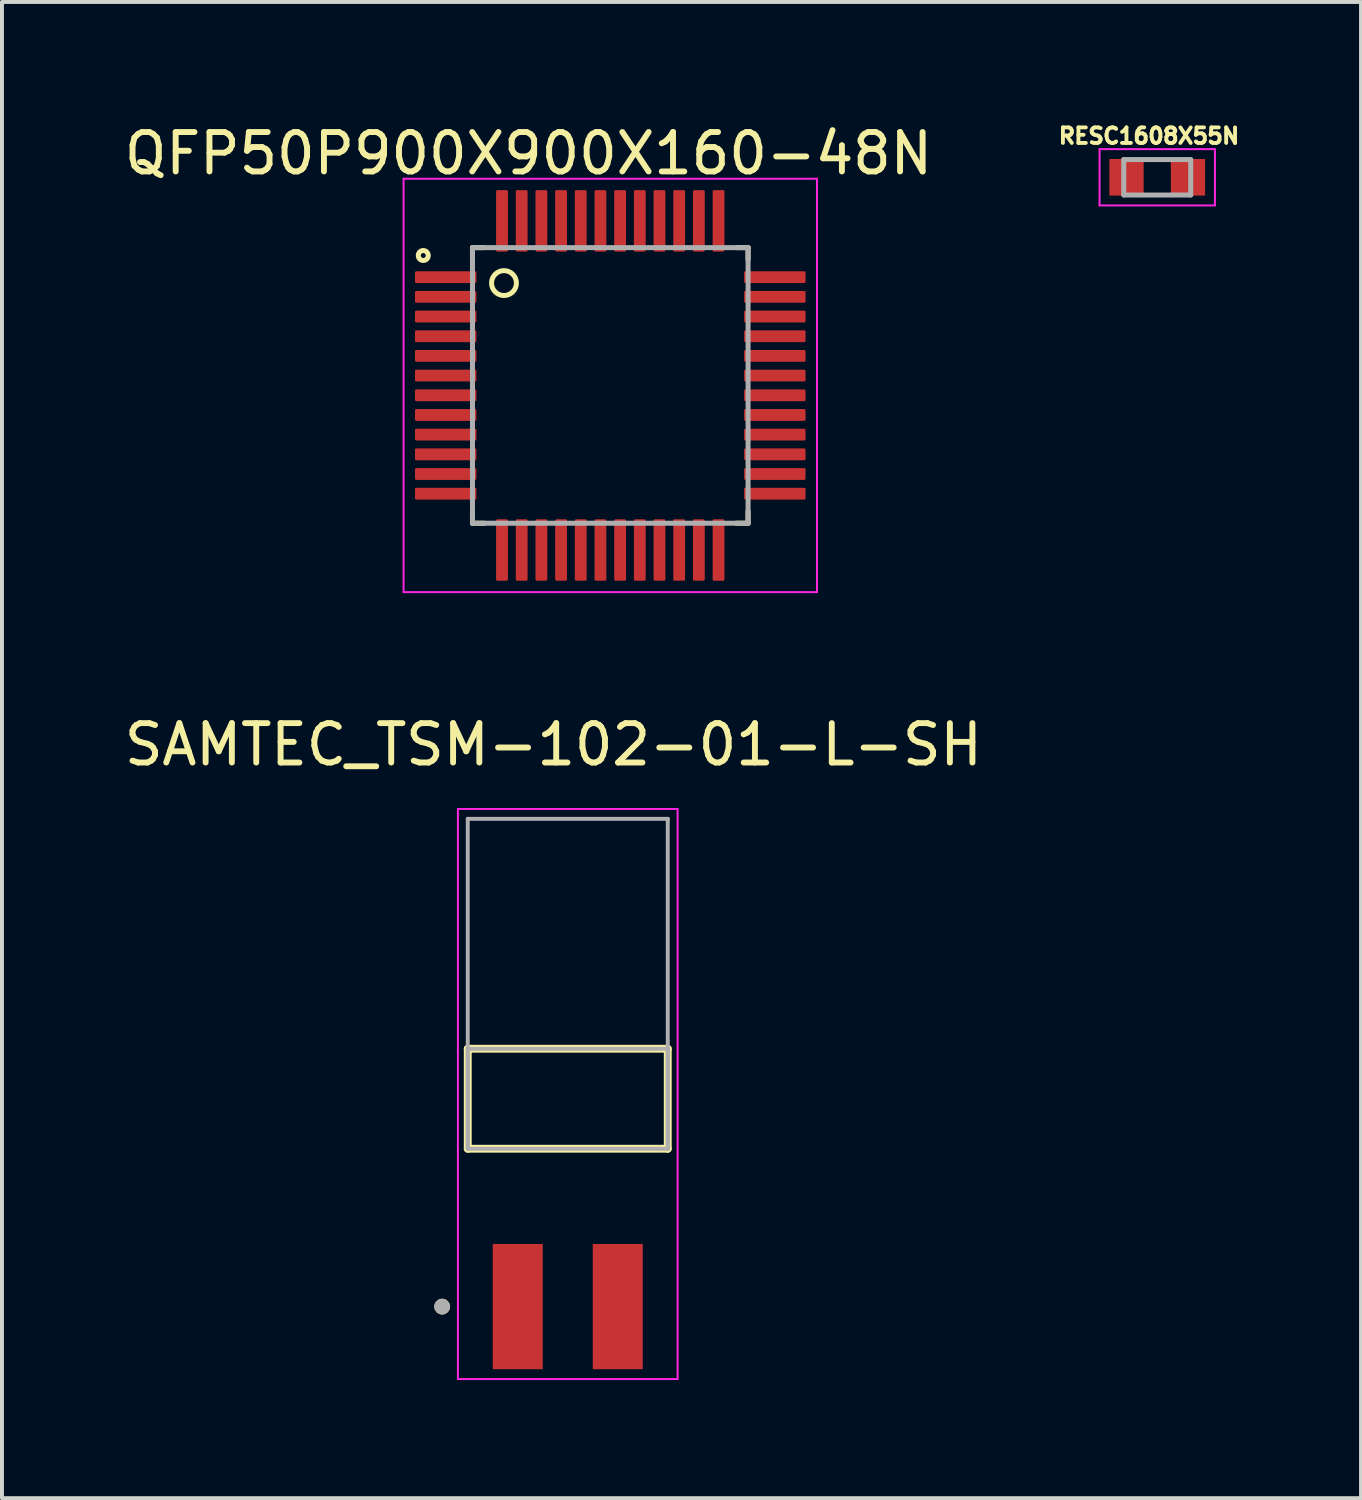
<source format=kicad_pcb>
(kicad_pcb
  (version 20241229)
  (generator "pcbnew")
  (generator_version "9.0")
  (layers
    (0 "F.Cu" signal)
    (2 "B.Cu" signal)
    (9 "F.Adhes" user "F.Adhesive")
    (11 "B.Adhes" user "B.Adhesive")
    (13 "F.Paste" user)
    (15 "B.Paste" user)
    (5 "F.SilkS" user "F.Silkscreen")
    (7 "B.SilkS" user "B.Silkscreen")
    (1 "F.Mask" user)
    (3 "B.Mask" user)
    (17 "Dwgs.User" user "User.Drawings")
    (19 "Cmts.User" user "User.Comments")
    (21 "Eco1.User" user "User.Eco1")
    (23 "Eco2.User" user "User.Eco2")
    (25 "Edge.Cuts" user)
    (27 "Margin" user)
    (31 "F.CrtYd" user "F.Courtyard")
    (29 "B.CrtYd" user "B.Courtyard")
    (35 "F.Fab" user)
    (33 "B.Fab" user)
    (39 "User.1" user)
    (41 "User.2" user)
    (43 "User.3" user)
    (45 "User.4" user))
  (footprint "RESC1608X55N"
    (layer "F.Cu")
    (at 26.344 1.453)
    (property "Reference" "RESC1608X55N" (at -0.21 -1.05 0) (layer "F.SilkS") (effects (font (size 0.394 0.394) (thickness 0.15))))
    (attr through_hole)
    (fp_line (start -1.465 -0.715) (end 1.465 -0.715) (stroke (width 0.05) (type solid)) (layer "F.CrtYd"))
    (fp_line (start -1.465 0.715) (end -1.465 -0.715) (stroke (width 0.05) (type solid)) (layer "F.CrtYd"))
    (fp_line (start -1.465 0.715) (end 1.465 0.715) (stroke (width 0.05) (type solid)) (layer "F.CrtYd"))
    (fp_line (start 1.465 0.715) (end 1.465 -0.715) (stroke (width 0.05) (type solid)) (layer "F.CrtYd"))
    (fp_line (start -0.85 0.45) (end -0.85 -0.45) (stroke (width 0.127) (type solid)) (layer "F.Fab"))
    (fp_line (start 0.85 -0.45) (end -0.85 -0.45) (stroke (width 0.127) (type solid)) (layer "F.Fab"))
    (fp_line (start 0.85 0.45) (end -0.85 0.45) (stroke (width 0.127) (type solid)) (layer "F.Fab"))
    (fp_line (start 0.85 0.45) (end 0.85 -0.45) (stroke (width 0.127) (type solid)) (layer "F.Fab"))
    (pad "1" smd rect (at -0.78 0) (size 0.87 0.93) (layers "F.Cu" "F.Mask" "F.Paste"))
    (pad "2" smd rect (at 0.78 0) (size 0.87 0.93) (layers "F.Cu" "F.Mask" "F.Paste")))
  (footprint "SAMTEC_TSM-102-01-L-SH"
    (layer "F.Cu")
    (at 11.371 24.858)
    (property "Reference" "SAMTEC_TSM-102-01-L-SH" (at -0.365 -8.995 0) (layer "F.SilkS") (effects (font (size 1 1) (thickness 0.15))))
    (attr smd)
    (fp_line (start -2.54 1.27) (end -2.54 -1.27) (stroke (width 0.2) (type solid)) (layer "F.SilkS"))
    (fp_line (start 2.54 -1.27) (end -2.54 -1.27) (stroke (width 0.2) (type solid)) (layer "F.SilkS"))
    (fp_line (start 2.54 -1.27) (end 2.54 1.27) (stroke (width 0.2) (type solid)) (layer "F.SilkS"))
    (fp_line (start 2.54 1.27) (end -2.54 1.27) (stroke (width 0.2) (type solid)) (layer "F.SilkS"))
    (fp_circle (center -3.19 5.28) (end -3.09 5.28) (stroke (width 0.2) (type solid)) (fill no) (layer "F.SilkS"))
    (fp_line (start -2.79 -7.36) (end 2.79 -7.36) (stroke (width 0.05) (type solid)) (layer "F.CrtYd"))
    (fp_line (start -2.79 7.12) (end -2.79 -7.36) (stroke (width 0.05) (type solid)) (layer "F.CrtYd"))
    (fp_line (start 2.79 -7.36) (end 2.79 7.12) (stroke (width 0.05) (type solid)) (layer "F.CrtYd"))
    (fp_line (start 2.79 7.12) (end -2.79 7.12) (stroke (width 0.05) (type solid)) (layer "F.CrtYd"))
    (fp_line (start -2.54 -7.11) (end 2.54 -7.11) (stroke (width 0.1) (type solid)) (layer "F.Fab"))
    (fp_line (start -2.54 -1.27) (end 2.54 -1.27) (stroke (width 0.1) (type solid)) (layer "F.Fab"))
    (fp_line (start -2.54 1.27) (end -2.54 -7.11) (stroke (width 0.1) (type solid)) (layer "F.Fab"))
    (fp_line (start -2.54 1.27) (end -2.54 -1.27) (stroke (width 0.1) (type solid)) (layer "F.Fab"))
    (fp_line (start 2.54 -7.11) (end 2.54 1.27) (stroke (width 0.1) (type solid)) (layer "F.Fab"))
    (fp_line (start 2.54 -1.27) (end 2.54 1.27) (stroke (width 0.1) (type solid)) (layer "F.Fab"))
    (fp_line (start 2.54 1.27) (end -2.54 1.27) (stroke (width 0.1) (type solid)) (layer "F.Fab"))
    (fp_circle (center -3.19 5.28) (end -3.09 5.28) (stroke (width 0.2) (type solid)) (fill no) (layer "F.Fab"))
    (pad "1" smd rect (at -1.27 5.28) (size 1.27 3.18) (layers "F.Cu" "F.Mask" "F.Paste"))
    (pad "2" smd rect (at 1.27 5.28) (size 1.27 3.18) (layers "F.Cu" "F.Mask" "F.Paste")))
  (footprint "QFP50P900X900X160-48N"
    (layer "F.Cu")
    (at 12.451 6.74)
    (property "Reference" "QFP50P900X900X160-48N" (at -2.077 -5.891 0) (layer "F.SilkS") (effects (font (size 1.001 1.001) (thickness 0.15))))
    (attr through_hole)
    (fp_line (start -3.5 -3.5) (end -3.5 -3.2) (stroke (width 0.127) (type solid)) (layer "F.SilkS"))
    (fp_line (start -3.5 3.2) (end -3.5 3.5) (stroke (width 0.127) (type solid)) (layer "F.SilkS"))
    (fp_line (start -3.5 3.5) (end -3.2 3.5) (stroke (width 0.127) (type solid)) (layer "F.SilkS"))
    (fp_line (start -3.2 -3.5) (end -3.5 -3.5) (stroke (width 0.127) (type solid)) (layer "F.SilkS"))
    (fp_line (start 3.2 3.5) (end 3.5 3.5) (stroke (width 0.127) (type solid)) (layer "F.SilkS"))
    (fp_line (start 3.5 -3.5) (end 3.2 -3.5) (stroke (width 0.127) (type solid)) (layer "F.SilkS"))
    (fp_line (start 3.5 -3.2) (end 3.5 -3.5) (stroke (width 0.127) (type solid)) (layer "F.SilkS"))
    (fp_line (start 3.5 3.5) (end 3.5 3.2) (stroke (width 0.127) (type solid)) (layer "F.SilkS"))
    (fp_circle (center -4.75 -3.3) (end -4.687 -3.3) (stroke (width 0.127) (type solid)) (fill no) (layer "F.SilkS"))
    (fp_circle (center -2.7 -2.6) (end -2.384 -2.6) (stroke (width 0.127) (type solid)) (fill no) (layer "F.SilkS"))
    (fp_line (start -5.25 -5.25) (end 5.25 -5.25) (stroke (width 0.05) (type solid)) (layer "F.CrtYd"))
    (fp_line (start -5.25 5.25) (end -5.25 -5.25) (stroke (width 0.05) (type solid)) (layer "F.CrtYd"))
    (fp_line (start 5.25 -5.25) (end 5.25 5.25) (stroke (width 0.05) (type solid)) (layer "F.CrtYd"))
    (fp_line (start 5.25 5.25) (end -5.25 5.25) (stroke (width 0.05) (type solid)) (layer "F.CrtYd"))
    (fp_line (start -3.5 -3.5) (end 3.5 -3.5) (stroke (width 0.127) (type solid)) (layer "F.Fab"))
    (fp_line (start -3.5 3.5) (end -3.5 -3.5) (stroke (width 0.127) (type solid)) (layer "F.Fab"))
    (fp_line (start 3.5 -3.5) (end 3.5 3.5) (stroke (width 0.127) (type solid)) (layer "F.Fab"))
    (fp_line (start 3.5 3.5) (end -3.5 3.5) (stroke (width 0.127) (type solid)) (layer "F.Fab"))
    (pad "1" smd roundrect (at -4.18 -2.75) (size 1.56 0.3) (layers "F.Cu" "F.Mask" "F.Paste") (roundrect_rratio 0.11))
    (pad "2" smd roundrect (at -4.18 -2.25) (size 1.56 0.3) (layers "F.Cu" "F.Mask" "F.Paste") (roundrect_rratio 0.11))
    (pad "3" smd roundrect (at -4.18 -1.75) (size 1.56 0.3) (layers "F.Cu" "F.Mask" "F.Paste") (roundrect_rratio 0.11))
    (pad "4" smd roundrect (at -4.18 -1.25) (size 1.56 0.3) (layers "F.Cu" "F.Mask" "F.Paste") (roundrect_rratio 0.11))
    (pad "5" smd roundrect (at -4.18 -0.75) (size 1.56 0.3) (layers "F.Cu" "F.Mask" "F.Paste") (roundrect_rratio 0.11))
    (pad "6" smd roundrect (at -4.18 -0.25) (size 1.56 0.3) (layers "F.Cu" "F.Mask" "F.Paste") (roundrect_rratio 0.11))
    (pad "7" smd roundrect (at -4.18 0.25) (size 1.56 0.3) (layers "F.Cu" "F.Mask" "F.Paste") (roundrect_rratio 0.11))
    (pad "8" smd roundrect (at -4.18 0.75) (size 1.56 0.3) (layers "F.Cu" "F.Mask" "F.Paste") (roundrect_rratio 0.11))
    (pad "9" smd roundrect (at -4.18 1.25) (size 1.56 0.3) (layers "F.Cu" "F.Mask" "F.Paste") (roundrect_rratio 0.11))
    (pad "10" smd roundrect (at -4.18 1.75) (size 1.56 0.3) (layers "F.Cu" "F.Mask" "F.Paste") (roundrect_rratio 0.11))
    (pad "11" smd roundrect (at -4.18 2.25) (size 1.56 0.3) (layers "F.Cu" "F.Mask" "F.Paste") (roundrect_rratio 0.11))
    (pad "12" smd roundrect (at -4.18 2.75) (size 1.56 0.3) (layers "F.Cu" "F.Mask" "F.Paste") (roundrect_rratio 0.11))
    (pad "13" smd roundrect (at -2.75 4.18 90) (size 1.56 0.3) (layers "F.Cu" "F.Mask" "F.Paste") (roundrect_rratio 0.11))
    (pad "14" smd roundrect (at -2.25 4.18 90) (size 1.56 0.3) (layers "F.Cu" "F.Mask" "F.Paste") (roundrect_rratio 0.11))
    (pad "15" smd roundrect (at -1.75 4.18 90) (size 1.56 0.3) (layers "F.Cu" "F.Mask" "F.Paste") (roundrect_rratio 0.11))
    (pad "16" smd roundrect (at -1.25 4.18 90) (size 1.56 0.3) (layers "F.Cu" "F.Mask" "F.Paste") (roundrect_rratio 0.11))
    (pad "17" smd roundrect (at -0.75 4.18 90) (size 1.56 0.3) (layers "F.Cu" "F.Mask" "F.Paste") (roundrect_rratio 0.11))
    (pad "18" smd roundrect (at -0.25 4.18 90) (size 1.56 0.3) (layers "F.Cu" "F.Mask" "F.Paste") (roundrect_rratio 0.11))
    (pad "19" smd roundrect (at 0.25 4.18 90) (size 1.56 0.3) (layers "F.Cu" "F.Mask" "F.Paste") (roundrect_rratio 0.11))
    (pad "20" smd roundrect (at 0.75 4.18 90) (size 1.56 0.3) (layers "F.Cu" "F.Mask" "F.Paste") (roundrect_rratio 0.11))
    (pad "21" smd roundrect (at 1.25 4.18 90) (size 1.56 0.3) (layers "F.Cu" "F.Mask" "F.Paste") (roundrect_rratio 0.11))
    (pad "22" smd roundrect (at 1.75 4.18 90) (size 1.56 0.3) (layers "F.Cu" "F.Mask" "F.Paste") (roundrect_rratio 0.11))
    (pad "23" smd roundrect (at 2.25 4.18 90) (size 1.56 0.3) (layers "F.Cu" "F.Mask" "F.Paste") (roundrect_rratio 0.11))
    (pad "24" smd roundrect (at 2.75 4.18 90) (size 1.56 0.3) (layers "F.Cu" "F.Mask" "F.Paste") (roundrect_rratio 0.11))
    (pad "25" smd roundrect (at 4.18 2.75 180) (size 1.56 0.3) (layers "F.Cu" "F.Mask" "F.Paste") (roundrect_rratio 0.11))
    (pad "26" smd roundrect (at 4.18 2.25 180) (size 1.56 0.3) (layers "F.Cu" "F.Mask" "F.Paste") (roundrect_rratio 0.11))
    (pad "27" smd roundrect (at 4.18 1.75 180) (size 1.56 0.3) (layers "F.Cu" "F.Mask" "F.Paste") (roundrect_rratio 0.11))
    (pad "28" smd roundrect (at 4.18 1.25 180) (size 1.56 0.3) (layers "F.Cu" "F.Mask" "F.Paste") (roundrect_rratio 0.11))
    (pad "29" smd roundrect (at 4.18 0.75 180) (size 1.56 0.3) (layers "F.Cu" "F.Mask" "F.Paste") (roundrect_rratio 0.11))
    (pad "30" smd roundrect (at 4.18 0.25 180) (size 1.56 0.3) (layers "F.Cu" "F.Mask" "F.Paste") (roundrect_rratio 0.11))
    (pad "31" smd roundrect (at 4.18 -0.25 180) (size 1.56 0.3) (layers "F.Cu" "F.Mask" "F.Paste") (roundrect_rratio 0.11))
    (pad "32" smd roundrect (at 4.18 -0.75 180) (size 1.56 0.3) (layers "F.Cu" "F.Mask" "F.Paste") (roundrect_rratio 0.11))
    (pad "33" smd roundrect (at 4.18 -1.25 180) (size 1.56 0.3) (layers "F.Cu" "F.Mask" "F.Paste") (roundrect_rratio 0.11))
    (pad "34" smd roundrect (at 4.18 -1.75 180) (size 1.56 0.3) (layers "F.Cu" "F.Mask" "F.Paste") (roundrect_rratio 0.11))
    (pad "35" smd roundrect (at 4.18 -2.25 180) (size 1.56 0.3) (layers "F.Cu" "F.Mask" "F.Paste") (roundrect_rratio 0.11))
    (pad "36" smd roundrect (at 4.18 -2.75 180) (size 1.56 0.3) (layers "F.Cu" "F.Mask" "F.Paste") (roundrect_rratio 0.11))
    (pad "37" smd roundrect (at 2.75 -4.18 270) (size 1.56 0.3) (layers "F.Cu" "F.Mask" "F.Paste") (roundrect_rratio 0.11))
    (pad "38" smd roundrect (at 2.25 -4.18 270) (size 1.56 0.3) (layers "F.Cu" "F.Mask" "F.Paste") (roundrect_rratio 0.11))
    (pad "39" smd roundrect (at 1.75 -4.18 270) (size 1.56 0.3) (layers "F.Cu" "F.Mask" "F.Paste") (roundrect_rratio 0.11))
    (pad "40" smd roundrect (at 1.25 -4.18 270) (size 1.56 0.3) (layers "F.Cu" "F.Mask" "F.Paste") (roundrect_rratio 0.11))
    (pad "41" smd roundrect (at 0.75 -4.18 270) (size 1.56 0.3) (layers "F.Cu" "F.Mask" "F.Paste") (roundrect_rratio 0.11))
    (pad "42" smd roundrect (at 0.25 -4.18 270) (size 1.56 0.3) (layers "F.Cu" "F.Mask" "F.Paste") (roundrect_rratio 0.11))
    (pad "43" smd roundrect (at -0.25 -4.18 270) (size 1.56 0.3) (layers "F.Cu" "F.Mask" "F.Paste") (roundrect_rratio 0.11))
    (pad "44" smd roundrect (at -0.75 -4.18 270) (size 1.56 0.3) (layers "F.Cu" "F.Mask" "F.Paste") (roundrect_rratio 0.11))
    (pad "45" smd roundrect (at -1.25 -4.18 270) (size 1.56 0.3) (layers "F.Cu" "F.Mask" "F.Paste") (roundrect_rratio 0.11))
    (pad "46" smd roundrect (at -1.75 -4.18 270) (size 1.56 0.3) (layers "F.Cu" "F.Mask" "F.Paste") (roundrect_rratio 0.11))
    (pad "47" smd roundrect (at -2.25 -4.18 270) (size 1.56 0.3) (layers "F.Cu" "F.Mask" "F.Paste") (roundrect_rratio 0.11))
    (pad "48" smd roundrect (at -2.75 -4.18 270) (size 1.56 0.3) (layers "F.Cu" "F.Mask" "F.Paste") (roundrect_rratio 0.11)))
  (gr_rect
    (start -3 -3)
    (end 31.52 35.003)
    (stroke (width 0.1) (type default))
    (fill no)
    (layer "Edge.Cuts")))
</source>
